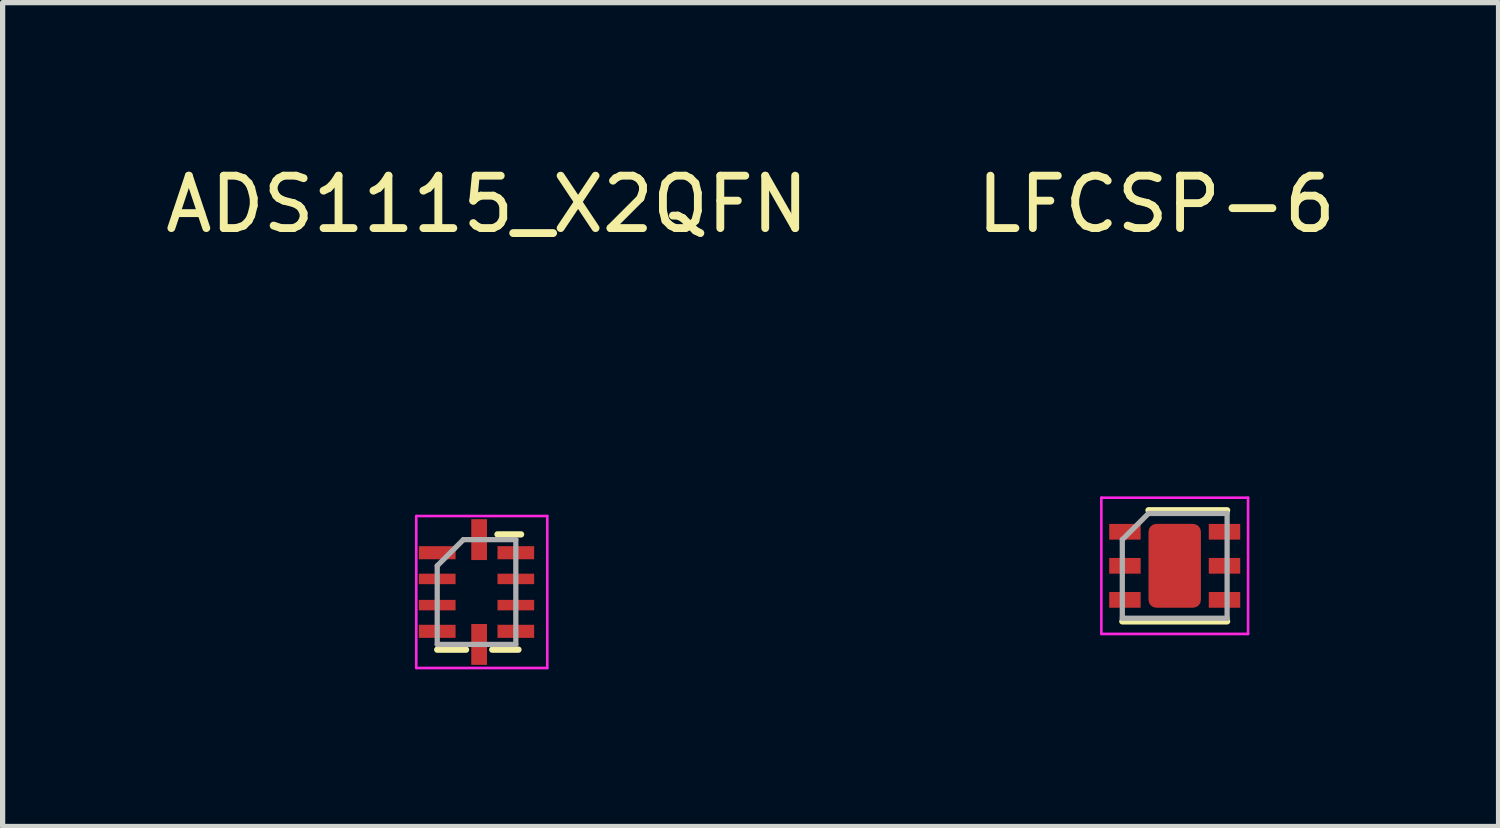
<source format=kicad_pcb>
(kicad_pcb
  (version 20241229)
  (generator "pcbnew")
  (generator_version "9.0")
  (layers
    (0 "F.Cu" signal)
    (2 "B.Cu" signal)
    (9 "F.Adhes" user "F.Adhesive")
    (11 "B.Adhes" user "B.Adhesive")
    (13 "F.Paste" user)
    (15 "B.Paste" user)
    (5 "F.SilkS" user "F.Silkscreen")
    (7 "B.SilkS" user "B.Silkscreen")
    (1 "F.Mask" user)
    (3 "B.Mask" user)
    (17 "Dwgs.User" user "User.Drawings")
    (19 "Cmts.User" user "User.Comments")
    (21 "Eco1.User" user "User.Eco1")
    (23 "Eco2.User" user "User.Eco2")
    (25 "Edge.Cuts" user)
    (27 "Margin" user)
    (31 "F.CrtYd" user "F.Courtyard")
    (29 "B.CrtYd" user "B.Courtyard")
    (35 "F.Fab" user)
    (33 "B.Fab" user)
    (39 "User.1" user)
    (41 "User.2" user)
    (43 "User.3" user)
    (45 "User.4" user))
  (footprint "LFCSP-6"
    (layer "F.Cu")
    (at 19.018 8.248)
    (property "Reference" "LFCSP-6" (at 0 -7.4 0) (layer "F.SilkS") (effects (font (size 1 1) (thickness 0.15))))
    (attr through_hole)
    (fp_line (start -0.15 -1.56) (end 1.35 -1.56) (stroke (width 0.12) (type solid)) (layer "F.SilkS"))
    (fp_line (start 1.35 0.56) (end -0.65 0.56) (stroke (width 0.12) (type solid)) (layer "F.SilkS"))
    (fp_line (start -1.05 -1.8) (end 1.75 -1.8) (stroke (width 0.05) (type solid)) (layer "F.CrtYd"))
    (fp_line (start -1.05 0.8) (end -1.05 -1.8) (stroke (width 0.05) (type solid)) (layer "F.CrtYd"))
    (fp_line (start -1.05 0.8) (end 1.75 0.8) (stroke (width 0.05) (type solid)) (layer "F.CrtYd"))
    (fp_line (start 1.75 -1.8) (end 1.75 0.8) (stroke (width 0.05) (type solid)) (layer "F.CrtYd"))
    (fp_line (start -0.65 -1) (end -0.65 0.5) (stroke (width 0.1) (type solid)) (layer "F.Fab"))
    (fp_line (start -0.15 -1.5) (end -0.65 -1) (stroke (width 0.1) (type solid)) (layer "F.Fab"))
    (fp_line (start -0.15 -1.5) (end 1.35 -1.5) (stroke (width 0.1) (type solid)) (layer "F.Fab"))
    (fp_line (start 1.35 0.5) (end -0.65 0.5) (stroke (width 0.1) (type solid)) (layer "F.Fab"))
    (fp_line (start 1.35 0.5) (end 1.35 -1.5) (stroke (width 0.1) (type solid)) (layer "F.Fab"))
    (pad "1" smd rect (at -0.6 -1.15) (size 0.6 0.3) (layers "F.Cu" "F.Mask" "F.Paste"))
    (pad "2" smd rect (at -0.6 -0.5) (size 0.6 0.3) (layers "F.Cu" "F.Mask" "F.Paste"))
    (pad "3" smd rect (at -0.6 0.15) (size 0.6 0.3) (layers "F.Cu" "F.Mask" "F.Paste"))
    (pad "4" smd rect (at 1.3 0.15) (size 0.6 0.3) (layers "F.Cu" "F.Mask" "F.Paste"))
    (pad "5" smd rect (at 1.3 -0.5) (size 0.6 0.3) (layers "F.Cu" "F.Mask" "F.Paste"))
    (pad "6" smd rect (at 1.3 -1.15) (size 0.6 0.3) (layers "F.Cu" "F.Mask" "F.Paste"))
    (pad "7" smd roundrect (at 0.35 -0.5 90) (size 1.6 1) (layers "F.Cu" "F.Mask" "F.Paste") (roundrect_rratio 0.15)))
  (footprint "ADS1115_X2QFN"
    (layer "F.Cu")
    (at 6.244 7.998)
    (property "Reference" "ADS1115_X2QFN" (at 0 -7.15 0) (layer "F.SilkS") (effects (font (size 1 1) (thickness 0.15))))
    (attr through_hole)
    (fp_line (start -0.95 1.35) (end -0.4 1.35) (stroke (width 0.12) (type solid)) (layer "F.SilkS"))
    (fp_line (start 0.1 1.35) (end 0.6 1.35) (stroke (width 0.12) (type solid)) (layer "F.SilkS"))
    (fp_line (start 0.2 -0.85) (end 0.65 -0.85) (stroke (width 0.12) (type solid)) (layer "F.SilkS"))
    (fp_line (start -1.35 -1.2) (end -1.35 1.7) (stroke (width 0.05) (type solid)) (layer "F.CrtYd"))
    (fp_line (start -1.35 -1.2) (end 1.15 -1.2) (stroke (width 0.05) (type solid)) (layer "F.CrtYd"))
    (fp_line (start -1.35 1.7) (end 1.15 1.7) (stroke (width 0.05) (type solid)) (layer "F.CrtYd"))
    (fp_line (start 1.15 -1.2) (end 1.15 1.7) (stroke (width 0.05) (type solid)) (layer "F.CrtYd"))
    (fp_line (start -0.95 -0.25) (end -0.45 -0.75) (stroke (width 0.1) (type solid)) (layer "F.Fab"))
    (fp_line (start -0.95 1.25) (end -0.95 -0.25) (stroke (width 0.1) (type solid)) (layer "F.Fab"))
    (fp_line (start -0.45 -0.75) (end 0.55 -0.75) (stroke (width 0.1) (type solid)) (layer "F.Fab"))
    (fp_line (start 0.55 -0.75) (end 0.55 1.25) (stroke (width 0.1) (type solid)) (layer "F.Fab"))
    (fp_line (start 0.55 1.25) (end -0.95 1.25) (stroke (width 0.1) (type solid)) (layer "F.Fab"))
    (pad "1" smd rect (at -0.95 -0.5) (size 0.7 0.25) (layers "F.Cu" "F.Mask" "F.Paste"))
    (pad "2" smd rect (at -0.95 0) (size 0.7 0.2) (layers "F.Cu" "F.Mask" "F.Paste"))
    (pad "3" smd rect (at -0.95 0.5) (size 0.7 0.2) (layers "F.Cu" "F.Mask" "F.Paste"))
    (pad "4" smd rect (at -0.95 1) (size 0.7 0.25) (layers "F.Cu" "F.Mask" "F.Paste"))
    (pad "5" smd rect (at -0.15 1.25 90) (size 0.78 0.3) (layers "F.Cu" "F.Mask" "F.Paste"))
    (pad "6" smd rect (at 0.55 1) (size 0.7 0.25) (layers "F.Cu" "F.Mask" "F.Paste"))
    (pad "7" smd rect (at 0.55 0.5) (size 0.7 0.2) (layers "F.Cu" "F.Mask" "F.Paste"))
    (pad "8" smd rect (at 0.55 0) (size 0.7 0.2) (layers "F.Cu" "F.Mask" "F.Paste"))
    (pad "9" smd rect (at 0.55 -0.5) (size 0.7 0.25) (layers "F.Cu" "F.Mask" "F.Paste"))
    (pad "10" smd rect (at -0.15 -0.75 90) (size 0.78 0.3) (layers "F.Cu" "F.Mask" "F.Paste")))
  (gr_rect
    (start -3 -3)
    (end 25.548 12.723)
    (stroke (width 0.1) (type default))
    (fill no)
    (layer "Edge.Cuts")))
</source>
